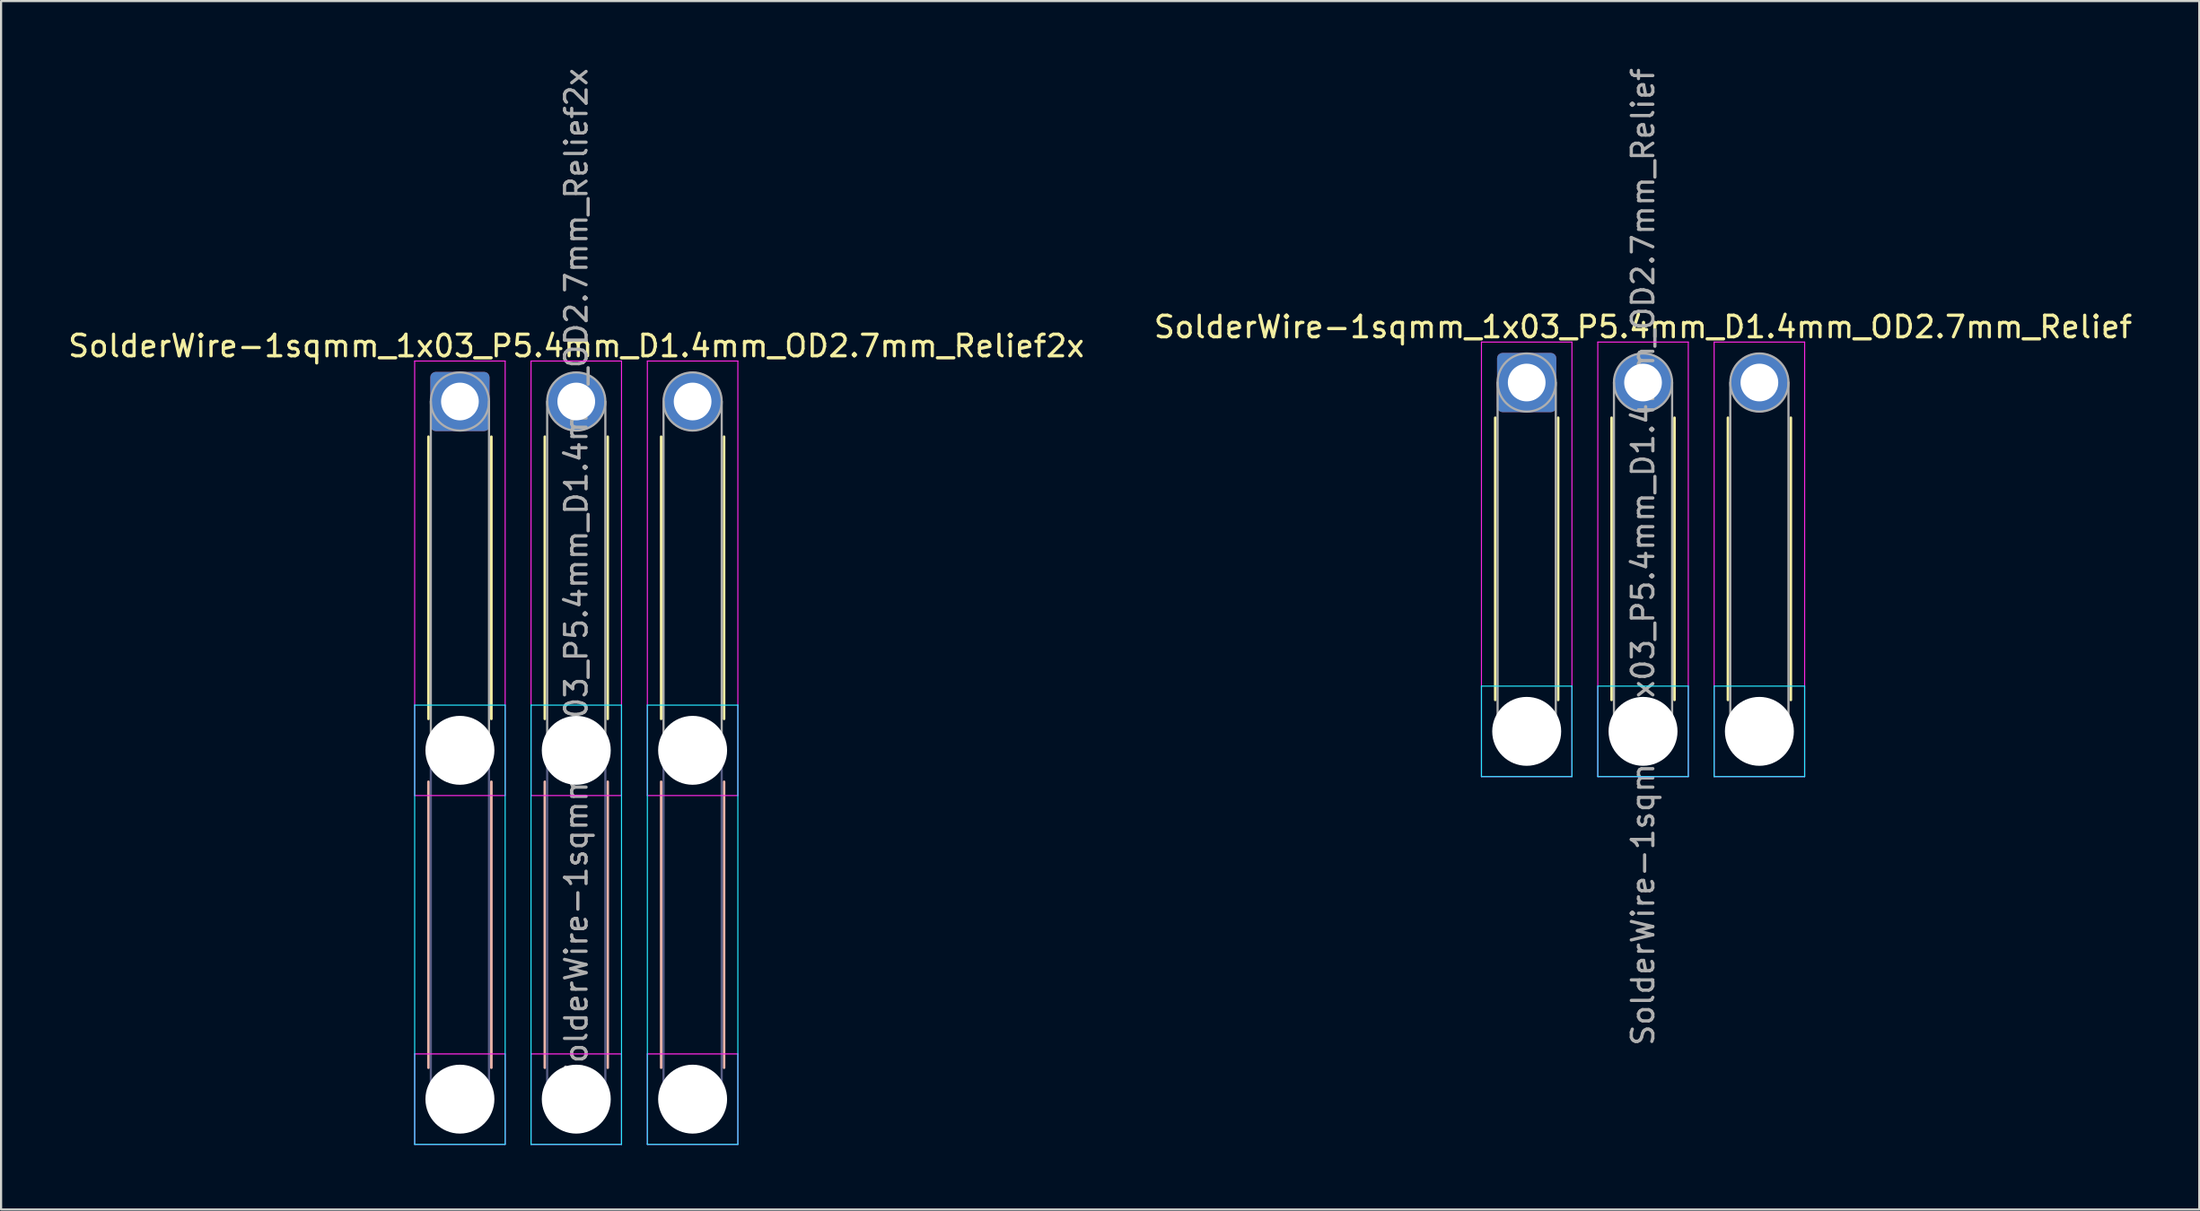
<source format=kicad_pcb>
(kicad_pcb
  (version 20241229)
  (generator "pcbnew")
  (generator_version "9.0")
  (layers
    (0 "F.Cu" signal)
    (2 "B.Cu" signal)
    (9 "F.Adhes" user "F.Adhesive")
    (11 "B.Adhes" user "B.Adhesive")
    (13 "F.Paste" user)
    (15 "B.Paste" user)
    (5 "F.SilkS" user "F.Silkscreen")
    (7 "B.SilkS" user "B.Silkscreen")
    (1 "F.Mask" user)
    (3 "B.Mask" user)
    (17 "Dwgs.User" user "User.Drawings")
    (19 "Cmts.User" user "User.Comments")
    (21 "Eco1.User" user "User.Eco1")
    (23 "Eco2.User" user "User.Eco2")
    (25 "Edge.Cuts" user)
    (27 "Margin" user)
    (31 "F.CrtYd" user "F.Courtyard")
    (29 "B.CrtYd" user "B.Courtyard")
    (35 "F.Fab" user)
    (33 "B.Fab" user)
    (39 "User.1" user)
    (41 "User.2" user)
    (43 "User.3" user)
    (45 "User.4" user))
  (footprint "SolderWire-1sqmm_1x03_P5.4mm_D1.4mm_OD2.7mm_Relief"
    (layer "F.Cu")
    (at 67.808 14.715)
    (property "Reference" "SolderWire-1sqmm_1x03_P5.4mm_D1.4mm_OD2.7mm_Relief" (at 5.4 -2.58 0) (layer "F.SilkS") (effects (font (size 1 1) (thickness 0.15))))
    (attr exclude_from_pos_files exclude_from_bom)
    (fp_line (start -1.46 1.635) (end -1.46 14.74) (stroke (width 0.12) (type solid)) (layer "F.SilkS"))
    (fp_line (start 1.46 1.635) (end 1.46 14.74) (stroke (width 0.12) (type solid)) (layer "F.SilkS"))
    (fp_line (start 3.94 1.635) (end 3.94 14.74) (stroke (width 0.12) (type solid)) (layer "F.SilkS"))
    (fp_line (start 6.86 1.635) (end 6.86 14.74) (stroke (width 0.12) (type solid)) (layer "F.SilkS"))
    (fp_line (start 9.34 1.635) (end 9.34 14.74) (stroke (width 0.12) (type solid)) (layer "F.SilkS"))
    (fp_line (start 12.26 1.635) (end 12.26 14.74) (stroke (width 0.12) (type solid)) (layer "F.SilkS"))
    (fp_line (start -2.1 14.1) (end -2.1 18.3) (stroke (width 0.05) (type solid)) (layer "B.CrtYd"))
    (fp_line (start -2.1 18.3) (end 2.1 18.3) (stroke (width 0.05) (type solid)) (layer "B.CrtYd"))
    (fp_line (start 2.1 14.1) (end -2.1 14.1) (stroke (width 0.05) (type solid)) (layer "B.CrtYd"))
    (fp_line (start 2.1 18.3) (end 2.1 14.1) (stroke (width 0.05) (type solid)) (layer "B.CrtYd"))
    (fp_line (start 3.3 14.1) (end 3.3 18.3) (stroke (width 0.05) (type solid)) (layer "B.CrtYd"))
    (fp_line (start 3.3 18.3) (end 7.5 18.3) (stroke (width 0.05) (type solid)) (layer "B.CrtYd"))
    (fp_line (start 7.5 14.1) (end 3.3 14.1) (stroke (width 0.05) (type solid)) (layer "B.CrtYd"))
    (fp_line (start 7.5 18.3) (end 7.5 14.1) (stroke (width 0.05) (type solid)) (layer "B.CrtYd"))
    (fp_line (start 8.7 14.1) (end 8.7 18.3) (stroke (width 0.05) (type solid)) (layer "B.CrtYd"))
    (fp_line (start 8.7 18.3) (end 12.9 18.3) (stroke (width 0.05) (type solid)) (layer "B.CrtYd"))
    (fp_line (start 12.9 14.1) (end 8.7 14.1) (stroke (width 0.05) (type solid)) (layer "B.CrtYd"))
    (fp_line (start 12.9 18.3) (end 12.9 14.1) (stroke (width 0.05) (type solid)) (layer "B.CrtYd"))
    (fp_line (start -2.1 -1.88) (end -2.1 18.3) (stroke (width 0.05) (type solid)) (layer "F.CrtYd"))
    (fp_line (start -2.1 18.3) (end 2.1 18.3) (stroke (width 0.05) (type solid)) (layer "F.CrtYd"))
    (fp_line (start 2.1 -1.88) (end -2.1 -1.88) (stroke (width 0.05) (type solid)) (layer "F.CrtYd"))
    (fp_line (start 2.1 18.3) (end 2.1 -1.88) (stroke (width 0.05) (type solid)) (layer "F.CrtYd"))
    (fp_line (start 3.3 -1.88) (end 3.3 18.3) (stroke (width 0.05) (type solid)) (layer "F.CrtYd"))
    (fp_line (start 3.3 18.3) (end 7.5 18.3) (stroke (width 0.05) (type solid)) (layer "F.CrtYd"))
    (fp_line (start 7.5 -1.88) (end 3.3 -1.88) (stroke (width 0.05) (type solid)) (layer "F.CrtYd"))
    (fp_line (start 7.5 18.3) (end 7.5 -1.88) (stroke (width 0.05) (type solid)) (layer "F.CrtYd"))
    (fp_line (start 8.7 -1.88) (end 8.7 18.3) (stroke (width 0.05) (type solid)) (layer "F.CrtYd"))
    (fp_line (start 8.7 18.3) (end 12.9 18.3) (stroke (width 0.05) (type solid)) (layer "F.CrtYd"))
    (fp_line (start 12.9 -1.88) (end 8.7 -1.88) (stroke (width 0.05) (type solid)) (layer "F.CrtYd"))
    (fp_line (start 12.9 18.3) (end 12.9 -1.88) (stroke (width 0.05) (type solid)) (layer "F.CrtYd"))
    (fp_line (start -1.35 0) (end -1.35 16.2) (stroke (width 0.1) (type solid)) (layer "F.Fab"))
    (fp_line (start 1.35 0) (end 1.35 16.2) (stroke (width 0.1) (type solid)) (layer "F.Fab"))
    (fp_line (start 4.05 0) (end 4.05 16.2) (stroke (width 0.1) (type solid)) (layer "F.Fab"))
    (fp_line (start 6.75 0) (end 6.75 16.2) (stroke (width 0.1) (type solid)) (layer "F.Fab"))
    (fp_line (start 9.45 0) (end 9.45 16.2) (stroke (width 0.1) (type solid)) (layer "F.Fab"))
    (fp_line (start 12.15 0) (end 12.15 16.2) (stroke (width 0.1) (type solid)) (layer "F.Fab"))
    (fp_circle (center 0 0) (end 1.35 0) (stroke (width 0.1) (type solid)) (fill no) (layer "F.Fab"))
    (fp_circle (center 0 16.2) (end 1.35 16.2) (stroke (width 0.1) (type solid)) (fill no) (layer "F.Fab"))
    (fp_circle (center 5.4 0) (end 6.75 0) (stroke (width 0.1) (type solid)) (fill no) (layer "F.Fab"))
    (fp_circle (center 5.4 16.2) (end 6.75 16.2) (stroke (width 0.1) (type solid)) (fill no) (layer "F.Fab"))
    (fp_circle (center 10.8 0) (end 12.15 0) (stroke (width 0.1) (type solid)) (fill no) (layer "F.Fab"))
    (fp_circle (center 10.8 16.2) (end 12.15 16.2) (stroke (width 0.1) (type solid)) (fill no) (layer "F.Fab"))
    (fp_text user "${REFERENCE}" (at 5.4 8.1 90) (layer "F.Fab") (effects (font (size 1 1) (thickness 0.15))))
    (pad "" np_thru_hole circle (at 0 16.2) (size 3.2 3.2) (drill 3.2) (layers "*.Cu" "*.Mask"))
    (pad "" np_thru_hole circle (at 5.4 16.2) (size 3.2 3.2) (drill 3.2) (layers "*.Cu" "*.Mask"))
    (pad "" np_thru_hole circle (at 10.8 16.2) (size 3.2 3.2) (drill 3.2) (layers "*.Cu" "*.Mask"))
    (pad "1" thru_hole roundrect (at 0 0) (size 2.75 2.75) (drill 1.75) (layers "*.Cu" "*.Mask") (roundrect_rratio 0.091))
    (pad "2" thru_hole circle (at 5.4 0) (size 2.75 2.75) (drill 1.75) (layers "*.Cu" "*.Mask"))
    (pad "3" thru_hole circle (at 10.8 0) (size 2.75 2.75) (drill 1.75) (layers "*.Cu" "*.Mask")))
  (footprint "SolderWire-1sqmm_1x03_P5.4mm_D1.4mm_OD2.7mm_Relief2x"
    (layer "F.Cu")
    (at 18.296 15.596)
    (property "Reference" "SolderWire-1sqmm_1x03_P5.4mm_D1.4mm_OD2.7mm_Relief2x" (at 5.4 -2.58 0) (layer "F.SilkS") (effects (font (size 1 1) (thickness 0.15))))
    (attr exclude_from_pos_files exclude_from_bom)
    (fp_line (start -1.46 1.635) (end -1.46 14.74) (stroke (width 0.12) (type solid)) (layer "F.SilkS"))
    (fp_line (start 1.46 1.635) (end 1.46 14.74) (stroke (width 0.12) (type solid)) (layer "F.SilkS"))
    (fp_line (start 3.94 1.635) (end 3.94 14.74) (stroke (width 0.12) (type solid)) (layer "F.SilkS"))
    (fp_line (start 6.86 1.635) (end 6.86 14.74) (stroke (width 0.12) (type solid)) (layer "F.SilkS"))
    (fp_line (start 9.34 1.635) (end 9.34 14.74) (stroke (width 0.12) (type solid)) (layer "F.SilkS"))
    (fp_line (start 12.26 1.635) (end 12.26 14.74) (stroke (width 0.12) (type solid)) (layer "F.SilkS"))
    (fp_line (start -1.46 17.66) (end -1.46 30.94) (stroke (width 0.12) (type solid)) (layer "B.SilkS"))
    (fp_line (start 1.46 17.66) (end 1.46 30.94) (stroke (width 0.12) (type solid)) (layer "B.SilkS"))
    (fp_line (start 3.94 17.66) (end 3.94 30.94) (stroke (width 0.12) (type solid)) (layer "B.SilkS"))
    (fp_line (start 6.86 17.66) (end 6.86 30.94) (stroke (width 0.12) (type solid)) (layer "B.SilkS"))
    (fp_line (start 9.34 17.66) (end 9.34 30.94) (stroke (width 0.12) (type solid)) (layer "B.SilkS"))
    (fp_line (start 12.26 17.66) (end 12.26 30.94) (stroke (width 0.12) (type solid)) (layer "B.SilkS"))
    (fp_line (start -2.1 14.1) (end -2.1 34.5) (stroke (width 0.05) (type solid)) (layer "B.CrtYd"))
    (fp_line (start -2.1 34.5) (end 2.1 34.5) (stroke (width 0.05) (type solid)) (layer "B.CrtYd"))
    (fp_line (start 2.1 14.1) (end -2.1 14.1) (stroke (width 0.05) (type solid)) (layer "B.CrtYd"))
    (fp_line (start 2.1 34.5) (end 2.1 14.1) (stroke (width 0.05) (type solid)) (layer "B.CrtYd"))
    (fp_line (start 3.3 14.1) (end 3.3 34.5) (stroke (width 0.05) (type solid)) (layer "B.CrtYd"))
    (fp_line (start 3.3 34.5) (end 7.5 34.5) (stroke (width 0.05) (type solid)) (layer "B.CrtYd"))
    (fp_line (start 7.5 14.1) (end 3.3 14.1) (stroke (width 0.05) (type solid)) (layer "B.CrtYd"))
    (fp_line (start 7.5 34.5) (end 7.5 14.1) (stroke (width 0.05) (type solid)) (layer "B.CrtYd"))
    (fp_line (start 8.7 14.1) (end 8.7 34.5) (stroke (width 0.05) (type solid)) (layer "B.CrtYd"))
    (fp_line (start 8.7 34.5) (end 12.9 34.5) (stroke (width 0.05) (type solid)) (layer "B.CrtYd"))
    (fp_line (start 12.9 14.1) (end 8.7 14.1) (stroke (width 0.05) (type solid)) (layer "B.CrtYd"))
    (fp_line (start 12.9 34.5) (end 12.9 14.1) (stroke (width 0.05) (type solid)) (layer "B.CrtYd"))
    (fp_line (start -2.1 -1.88) (end -2.1 18.3) (stroke (width 0.05) (type solid)) (layer "F.CrtYd"))
    (fp_line (start -2.1 18.3) (end 2.1 18.3) (stroke (width 0.05) (type solid)) (layer "F.CrtYd"))
    (fp_line (start -2.1 30.3) (end -2.1 34.5) (stroke (width 0.05) (type solid)) (layer "F.CrtYd"))
    (fp_line (start -2.1 34.5) (end 2.1 34.5) (stroke (width 0.05) (type solid)) (layer "F.CrtYd"))
    (fp_line (start 2.1 -1.88) (end -2.1 -1.88) (stroke (width 0.05) (type solid)) (layer "F.CrtYd"))
    (fp_line (start 2.1 18.3) (end 2.1 -1.88) (stroke (width 0.05) (type solid)) (layer "F.CrtYd"))
    (fp_line (start 2.1 30.3) (end -2.1 30.3) (stroke (width 0.05) (type solid)) (layer "F.CrtYd"))
    (fp_line (start 2.1 34.5) (end 2.1 30.3) (stroke (width 0.05) (type solid)) (layer "F.CrtYd"))
    (fp_line (start 3.3 -1.88) (end 3.3 18.3) (stroke (width 0.05) (type solid)) (layer "F.CrtYd"))
    (fp_line (start 3.3 18.3) (end 7.5 18.3) (stroke (width 0.05) (type solid)) (layer "F.CrtYd"))
    (fp_line (start 3.3 30.3) (end 3.3 34.5) (stroke (width 0.05) (type solid)) (layer "F.CrtYd"))
    (fp_line (start 3.3 34.5) (end 7.5 34.5) (stroke (width 0.05) (type solid)) (layer "F.CrtYd"))
    (fp_line (start 7.5 -1.88) (end 3.3 -1.88) (stroke (width 0.05) (type solid)) (layer "F.CrtYd"))
    (fp_line (start 7.5 18.3) (end 7.5 -1.88) (stroke (width 0.05) (type solid)) (layer "F.CrtYd"))
    (fp_line (start 7.5 30.3) (end 3.3 30.3) (stroke (width 0.05) (type solid)) (layer "F.CrtYd"))
    (fp_line (start 7.5 34.5) (end 7.5 30.3) (stroke (width 0.05) (type solid)) (layer "F.CrtYd"))
    (fp_line (start 8.7 -1.88) (end 8.7 18.3) (stroke (width 0.05) (type solid)) (layer "F.CrtYd"))
    (fp_line (start 8.7 18.3) (end 12.9 18.3) (stroke (width 0.05) (type solid)) (layer "F.CrtYd"))
    (fp_line (start 8.7 30.3) (end 8.7 34.5) (stroke (width 0.05) (type solid)) (layer "F.CrtYd"))
    (fp_line (start 8.7 34.5) (end 12.9 34.5) (stroke (width 0.05) (type solid)) (layer "F.CrtYd"))
    (fp_line (start 12.9 -1.88) (end 8.7 -1.88) (stroke (width 0.05) (type solid)) (layer "F.CrtYd"))
    (fp_line (start 12.9 18.3) (end 12.9 -1.88) (stroke (width 0.05) (type solid)) (layer "F.CrtYd"))
    (fp_line (start 12.9 30.3) (end 8.7 30.3) (stroke (width 0.05) (type solid)) (layer "F.CrtYd"))
    (fp_line (start 12.9 34.5) (end 12.9 30.3) (stroke (width 0.05) (type solid)) (layer "F.CrtYd"))
    (fp_line (start -1.35 16.2) (end -1.35 32.4) (stroke (width 0.1) (type solid)) (layer "B.Fab"))
    (fp_line (start 1.35 16.2) (end 1.35 32.4) (stroke (width 0.1) (type solid)) (layer "B.Fab"))
    (fp_line (start 4.05 16.2) (end 4.05 32.4) (stroke (width 0.1) (type solid)) (layer "B.Fab"))
    (fp_line (start 6.75 16.2) (end 6.75 32.4) (stroke (width 0.1) (type solid)) (layer "B.Fab"))
    (fp_line (start 9.45 16.2) (end 9.45 32.4) (stroke (width 0.1) (type solid)) (layer "B.Fab"))
    (fp_line (start 12.15 16.2) (end 12.15 32.4) (stroke (width 0.1) (type solid)) (layer "B.Fab"))
    (fp_circle (center 0 16.2) (end 1.35 16.2) (stroke (width 0.1) (type solid)) (fill no) (layer "B.Fab"))
    (fp_circle (center 0 32.4) (end 1.35 32.4) (stroke (width 0.1) (type solid)) (fill no) (layer "B.Fab"))
    (fp_circle (center 5.4 16.2) (end 6.75 16.2) (stroke (width 0.1) (type solid)) (fill no) (layer "B.Fab"))
    (fp_circle (center 5.4 32.4) (end 6.75 32.4) (stroke (width 0.1) (type solid)) (fill no) (layer "B.Fab"))
    (fp_circle (center 10.8 16.2) (end 12.15 16.2) (stroke (width 0.1) (type solid)) (fill no) (layer "B.Fab"))
    (fp_circle (center 10.8 32.4) (end 12.15 32.4) (stroke (width 0.1) (type solid)) (fill no) (layer "B.Fab"))
    (fp_line (start -1.35 0) (end -1.35 16.2) (stroke (width 0.1) (type solid)) (layer "F.Fab"))
    (fp_line (start 1.35 0) (end 1.35 16.2) (stroke (width 0.1) (type solid)) (layer "F.Fab"))
    (fp_line (start 4.05 0) (end 4.05 16.2) (stroke (width 0.1) (type solid)) (layer "F.Fab"))
    (fp_line (start 6.75 0) (end 6.75 16.2) (stroke (width 0.1) (type solid)) (layer "F.Fab"))
    (fp_line (start 9.45 0) (end 9.45 16.2) (stroke (width 0.1) (type solid)) (layer "F.Fab"))
    (fp_line (start 12.15 0) (end 12.15 16.2) (stroke (width 0.1) (type solid)) (layer "F.Fab"))
    (fp_circle (center 0 0) (end 1.35 0) (stroke (width 0.1) (type solid)) (fill no) (layer "F.Fab"))
    (fp_circle (center 0 16.2) (end 1.35 16.2) (stroke (width 0.1) (type solid)) (fill no) (layer "F.Fab"))
    (fp_circle (center 0 32.4) (end 1.35 32.4) (stroke (width 0.1) (type solid)) (fill no) (layer "F.Fab"))
    (fp_circle (center 5.4 0) (end 6.75 0) (stroke (width 0.1) (type solid)) (fill no) (layer "F.Fab"))
    (fp_circle (center 5.4 16.2) (end 6.75 16.2) (stroke (width 0.1) (type solid)) (fill no) (layer "F.Fab"))
    (fp_circle (center 5.4 32.4) (end 6.75 32.4) (stroke (width 0.1) (type solid)) (fill no) (layer "F.Fab"))
    (fp_circle (center 10.8 0) (end 12.15 0) (stroke (width 0.1) (type solid)) (fill no) (layer "F.Fab"))
    (fp_circle (center 10.8 16.2) (end 12.15 16.2) (stroke (width 0.1) (type solid)) (fill no) (layer "F.Fab"))
    (fp_circle (center 10.8 32.4) (end 12.15 32.4) (stroke (width 0.1) (type solid)) (fill no) (layer "F.Fab"))
    (fp_text user "${REFERENCE}" (at 5.4 8.1 90) (layer "F.Fab") (effects (font (size 1 1) (thickness 0.15))))
    (pad "" np_thru_hole circle (at 0 16.2) (size 3.2 3.2) (drill 3.2) (layers "*.Cu" "*.Mask"))
    (pad "" np_thru_hole circle (at 0 32.4) (size 3.2 3.2) (drill 3.2) (layers "*.Cu" "*.Mask"))
    (pad "" np_thru_hole circle (at 5.4 16.2) (size 3.2 3.2) (drill 3.2) (layers "*.Cu" "*.Mask"))
    (pad "" np_thru_hole circle (at 5.4 32.4) (size 3.2 3.2) (drill 3.2) (layers "*.Cu" "*.Mask"))
    (pad "" np_thru_hole circle (at 10.8 16.2) (size 3.2 3.2) (drill 3.2) (layers "*.Cu" "*.Mask"))
    (pad "" np_thru_hole circle (at 10.8 32.4) (size 3.2 3.2) (drill 3.2) (layers "*.Cu" "*.Mask"))
    (pad "1" thru_hole roundrect (at 0 0) (size 2.75 2.75) (drill 1.75) (layers "*.Cu" "*.Mask") (roundrect_rratio 0.091))
    (pad "2" thru_hole circle (at 5.4 0) (size 2.75 2.75) (drill 1.75) (layers "*.Cu" "*.Mask"))
    (pad "3" thru_hole circle (at 10.8 0) (size 2.75 2.75) (drill 1.75) (layers "*.Cu" "*.Mask")))
  (gr_rect
    (start -3 -3)
    (end 99.024 53.121)
    (stroke (width 0.1) (type default))
    (fill no)
    (layer "Edge.Cuts")))
</source>
